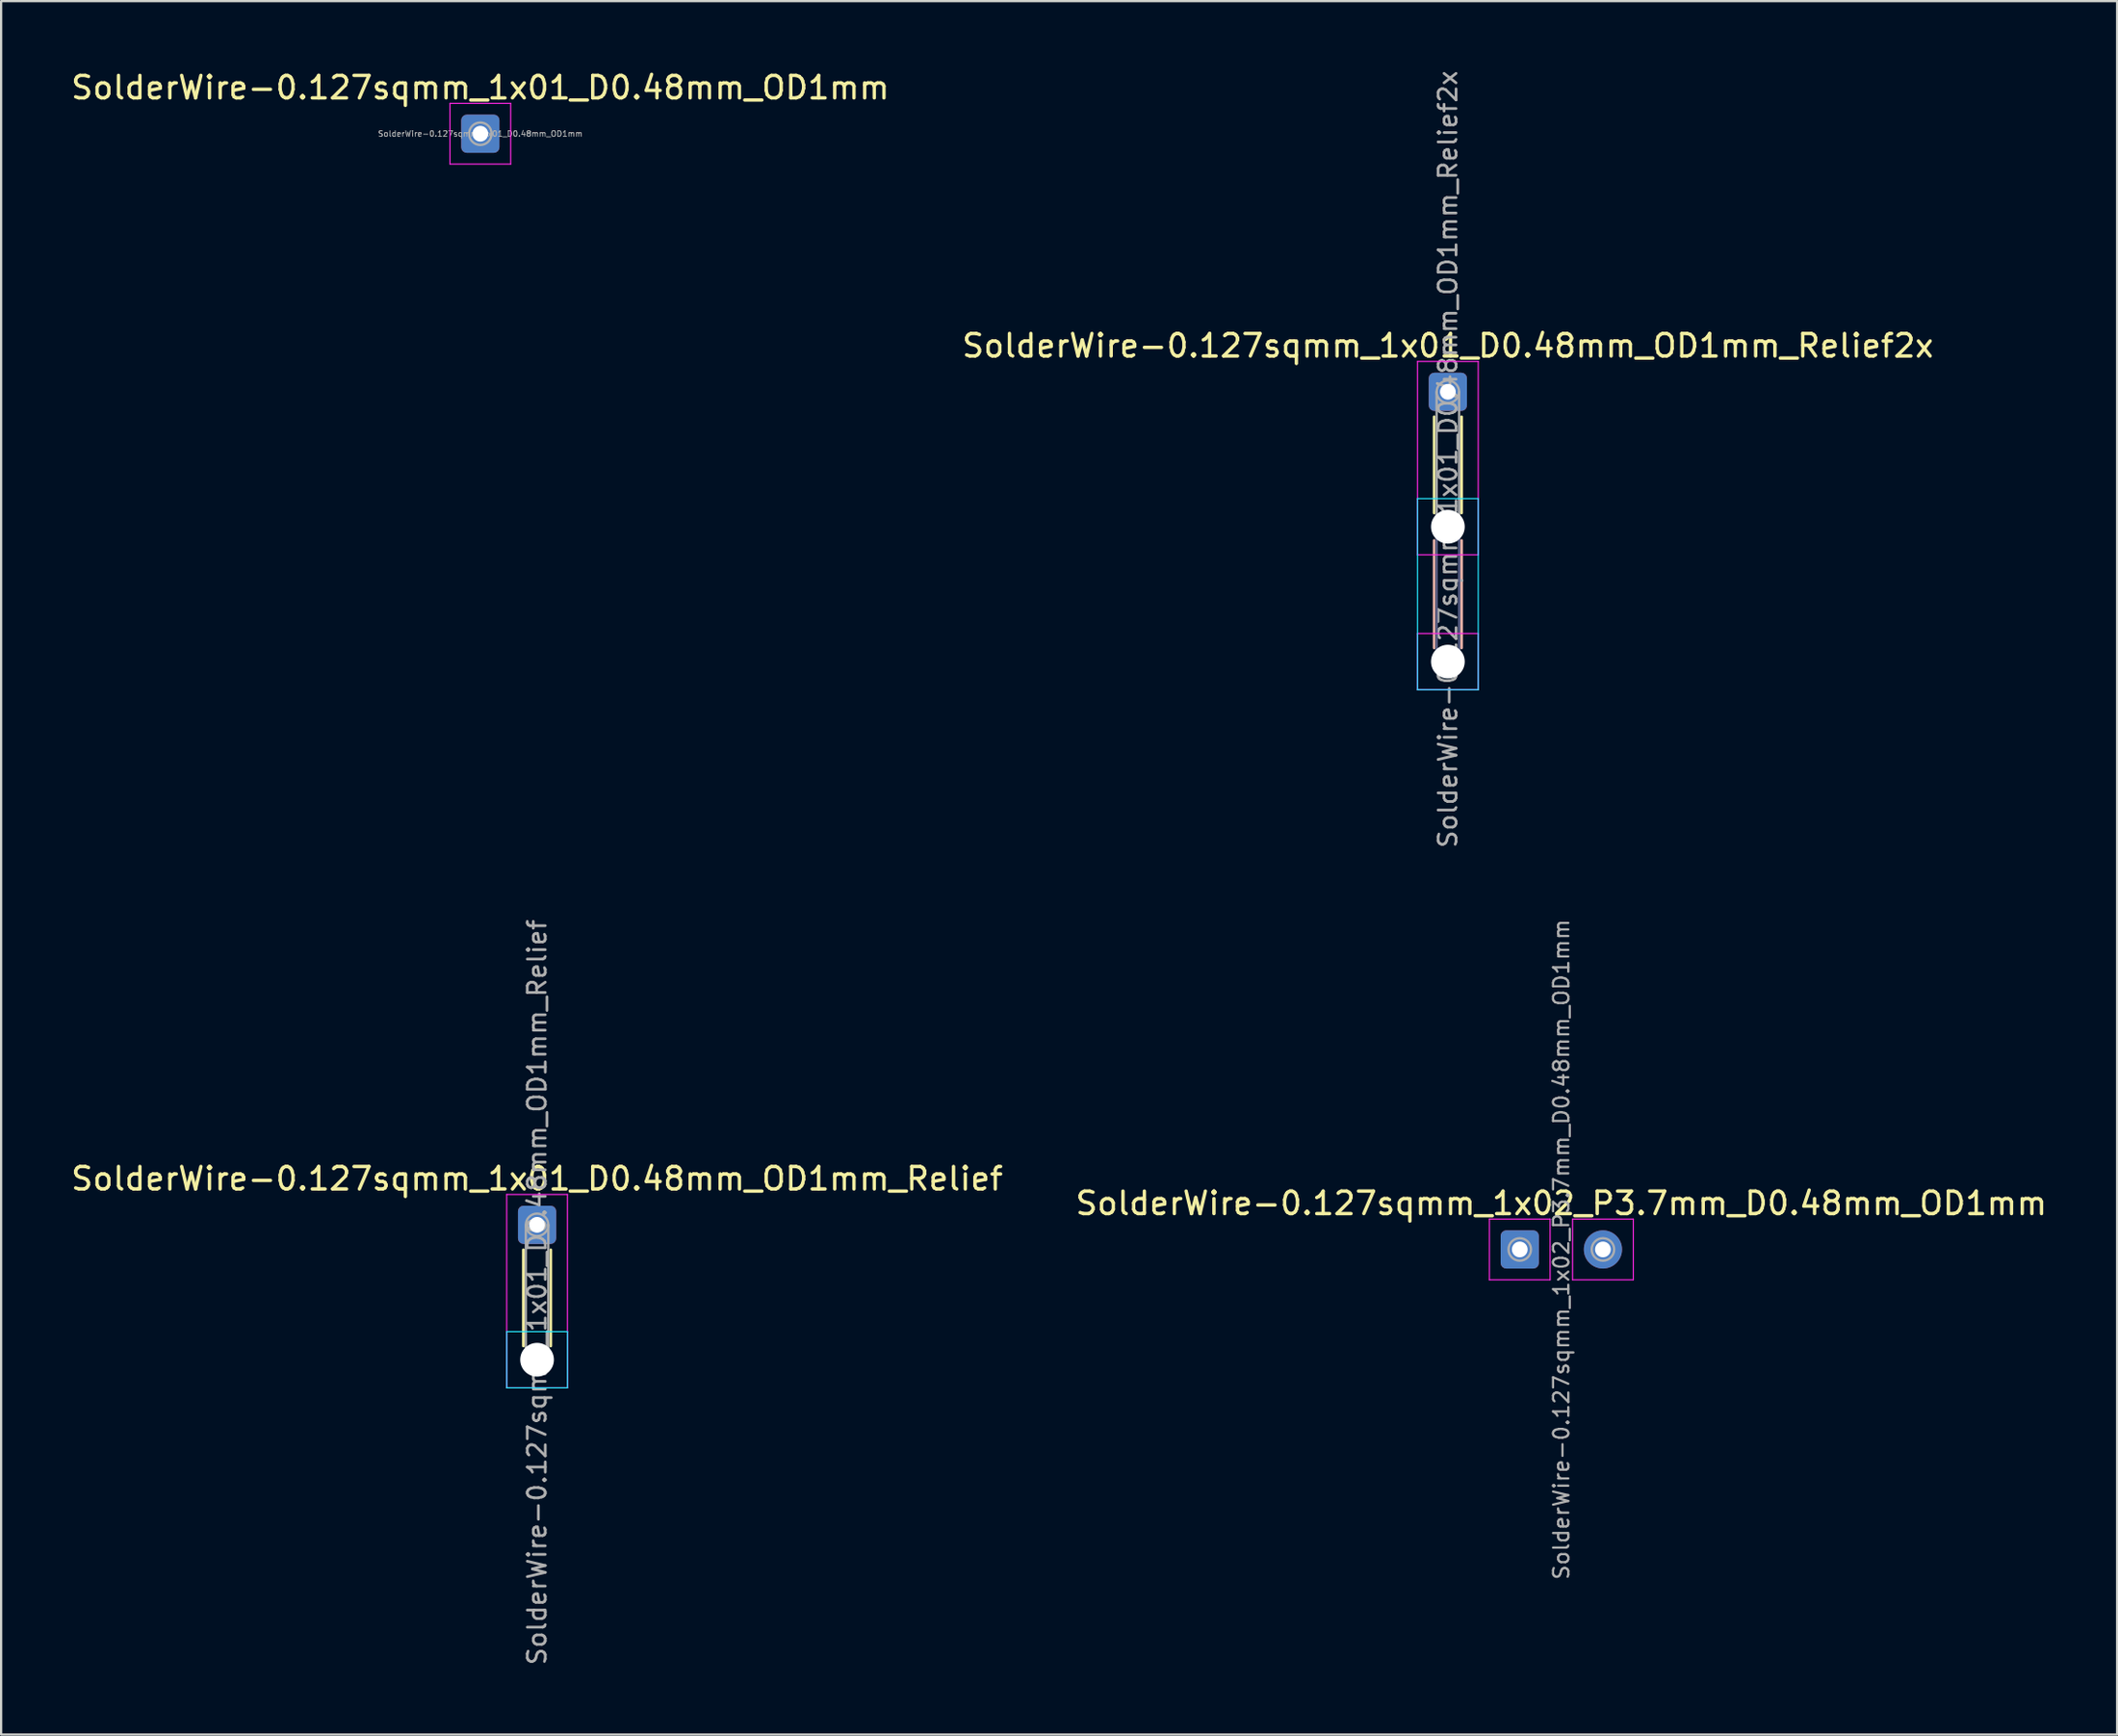
<source format=kicad_pcb>
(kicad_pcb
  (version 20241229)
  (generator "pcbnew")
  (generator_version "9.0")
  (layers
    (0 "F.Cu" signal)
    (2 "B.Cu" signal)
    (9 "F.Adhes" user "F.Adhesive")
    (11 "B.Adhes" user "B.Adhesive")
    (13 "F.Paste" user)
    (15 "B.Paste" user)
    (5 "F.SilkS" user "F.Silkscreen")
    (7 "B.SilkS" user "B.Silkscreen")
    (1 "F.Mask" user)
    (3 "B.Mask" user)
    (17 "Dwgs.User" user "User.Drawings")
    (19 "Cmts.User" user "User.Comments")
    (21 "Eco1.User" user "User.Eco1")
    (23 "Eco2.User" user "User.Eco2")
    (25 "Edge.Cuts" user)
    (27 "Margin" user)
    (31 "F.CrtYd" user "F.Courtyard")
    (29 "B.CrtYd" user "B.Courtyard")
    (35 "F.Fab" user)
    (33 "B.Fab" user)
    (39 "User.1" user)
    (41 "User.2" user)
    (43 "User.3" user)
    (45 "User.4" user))
  (footprint "SolderWire-0.127sqmm_1x02_P3.7mm_D0.48mm_OD1mm"
    (layer "F.Cu")
    (at 64.549 52.519)
    (property "Reference" "SolderWire-0.127sqmm_1x02_P3.7mm_D0.48mm_OD1mm" (at 1.85 -2.05 0) (layer "F.SilkS") (effects (font (size 1 1) (thickness 0.15))))
    (attr exclude_from_pos_files exclude_from_bom)
    (fp_line (start -1.35 -1.35) (end -1.35 1.35) (stroke (width 0.05) (type solid)) (layer "F.CrtYd"))
    (fp_line (start -1.35 1.35) (end 1.35 1.35) (stroke (width 0.05) (type solid)) (layer "F.CrtYd"))
    (fp_line (start 1.35 -1.35) (end -1.35 -1.35) (stroke (width 0.05) (type solid)) (layer "F.CrtYd"))
    (fp_line (start 1.35 1.35) (end 1.35 -1.35) (stroke (width 0.05) (type solid)) (layer "F.CrtYd"))
    (fp_line (start 2.35 -1.35) (end 2.35 1.35) (stroke (width 0.05) (type solid)) (layer "F.CrtYd"))
    (fp_line (start 2.35 1.35) (end 5.05 1.35) (stroke (width 0.05) (type solid)) (layer "F.CrtYd"))
    (fp_line (start 5.05 -1.35) (end 2.35 -1.35) (stroke (width 0.05) (type solid)) (layer "F.CrtYd"))
    (fp_line (start 5.05 1.35) (end 5.05 -1.35) (stroke (width 0.05) (type solid)) (layer "F.CrtYd"))
    (fp_circle (center 0 0) (end 0.5 0) (stroke (width 0.1) (type solid)) (fill no) (layer "F.Fab"))
    (fp_circle (center 3.7 0) (end 4.2 0) (stroke (width 0.1) (type solid)) (fill no) (layer "F.Fab"))
    (fp_text user "${REFERENCE}" (at 1.85 0 90) (layer "F.Fab") (effects (font (size 0.68 0.68) (thickness 0.1))))
    (pad "1" thru_hole roundrect (at 0 0) (size 1.7 1.7) (drill 0.7) (layers "*.Cu" "*.Mask") (roundrect_rratio 0.147))
    (pad "2" thru_hole circle (at 3.7 0) (size 1.7 1.7) (drill 0.7) (layers "*.Cu" "*.Mask")))
  (footprint "SolderWire-0.127sqmm_1x01_D0.48mm_OD1mm_Relief"
    (layer "F.Cu")
    (at 20.839 51.424)
    (property "Reference" "SolderWire-0.127sqmm_1x01_D0.48mm_OD1mm_Relief" (at 0 -2.05 0) (layer "F.SilkS") (effects (font (size 1 1) (thickness 0.15))))
    (attr exclude_from_pos_files exclude_from_bom)
    (fp_line (start -0.61 1.11) (end -0.61 5.39) (stroke (width 0.12) (type solid)) (layer "F.SilkS"))
    (fp_line (start 0.61 1.11) (end 0.61 5.39) (stroke (width 0.12) (type solid)) (layer "F.SilkS"))
    (fp_line (start -1.35 4.75) (end -1.35 7.25) (stroke (width 0.05) (type solid)) (layer "B.CrtYd"))
    (fp_line (start -1.35 7.25) (end 1.35 7.25) (stroke (width 0.05) (type solid)) (layer "B.CrtYd"))
    (fp_line (start 1.35 4.75) (end -1.35 4.75) (stroke (width 0.05) (type solid)) (layer "B.CrtYd"))
    (fp_line (start 1.35 7.25) (end 1.35 4.75) (stroke (width 0.05) (type solid)) (layer "B.CrtYd"))
    (fp_line (start -1.35 -1.35) (end -1.35 7.25) (stroke (width 0.05) (type solid)) (layer "F.CrtYd"))
    (fp_line (start -1.35 7.25) (end 1.35 7.25) (stroke (width 0.05) (type solid)) (layer "F.CrtYd"))
    (fp_line (start 1.35 -1.35) (end -1.35 -1.35) (stroke (width 0.05) (type solid)) (layer "F.CrtYd"))
    (fp_line (start 1.35 7.25) (end 1.35 -1.35) (stroke (width 0.05) (type solid)) (layer "F.CrtYd"))
    (fp_line (start -0.5 0) (end -0.5 6) (stroke (width 0.1) (type solid)) (layer "F.Fab"))
    (fp_line (start 0.5 0) (end 0.5 6) (stroke (width 0.1) (type solid)) (layer "F.Fab"))
    (fp_circle (center 0 0) (end 0.5 0) (stroke (width 0.1) (type solid)) (fill no) (layer "F.Fab"))
    (fp_circle (center 0 6) (end 0.5 6) (stroke (width 0.1) (type solid)) (fill no) (layer "F.Fab"))
    (fp_text user "${REFERENCE}" (at 0 3 90) (layer "F.Fab") (effects (font (size 0.8 0.8) (thickness 0.12))))
    (pad "" np_thru_hole circle (at 0 6) (size 1.5 1.5) (drill 1.5) (layers "*.Cu" "*.Mask"))
    (pad "1" thru_hole roundrect (at 0 0) (size 1.7 1.7) (drill 0.7) (layers "*.Cu" "*.Mask") (roundrect_rratio 0.147)))
  (footprint "SolderWire-0.127sqmm_1x01_D0.48mm_OD1mm_Relief2x"
    (layer "F.Cu")
    (at 61.351 14.376)
    (property "Reference" "SolderWire-0.127sqmm_1x01_D0.48mm_OD1mm_Relief2x" (at 0 -2.05 0) (layer "F.SilkS") (effects (font (size 1 1) (thickness 0.15))))
    (attr exclude_from_pos_files exclude_from_bom)
    (fp_line (start -0.61 1.11) (end -0.61 5.39) (stroke (width 0.12) (type solid)) (layer "F.SilkS"))
    (fp_line (start 0.61 1.11) (end 0.61 5.39) (stroke (width 0.12) (type solid)) (layer "F.SilkS"))
    (fp_line (start -0.61 6.61) (end -0.61 11.39) (stroke (width 0.12) (type solid)) (layer "B.SilkS"))
    (fp_line (start 0.61 6.61) (end 0.61 11.39) (stroke (width 0.12) (type solid)) (layer "B.SilkS"))
    (fp_line (start -1.35 4.75) (end -1.35 13.25) (stroke (width 0.05) (type solid)) (layer "B.CrtYd"))
    (fp_line (start -1.35 13.25) (end 1.35 13.25) (stroke (width 0.05) (type solid)) (layer "B.CrtYd"))
    (fp_line (start 1.35 4.75) (end -1.35 4.75) (stroke (width 0.05) (type solid)) (layer "B.CrtYd"))
    (fp_line (start 1.35 13.25) (end 1.35 4.75) (stroke (width 0.05) (type solid)) (layer "B.CrtYd"))
    (fp_line (start -1.35 -1.35) (end -1.35 7.25) (stroke (width 0.05) (type solid)) (layer "F.CrtYd"))
    (fp_line (start -1.35 7.25) (end 1.35 7.25) (stroke (width 0.05) (type solid)) (layer "F.CrtYd"))
    (fp_line (start -1.35 10.75) (end -1.35 13.25) (stroke (width 0.05) (type solid)) (layer "F.CrtYd"))
    (fp_line (start -1.35 13.25) (end 1.35 13.25) (stroke (width 0.05) (type solid)) (layer "F.CrtYd"))
    (fp_line (start 1.35 -1.35) (end -1.35 -1.35) (stroke (width 0.05) (type solid)) (layer "F.CrtYd"))
    (fp_line (start 1.35 7.25) (end 1.35 -1.35) (stroke (width 0.05) (type solid)) (layer "F.CrtYd"))
    (fp_line (start 1.35 10.75) (end -1.35 10.75) (stroke (width 0.05) (type solid)) (layer "F.CrtYd"))
    (fp_line (start 1.35 13.25) (end 1.35 10.75) (stroke (width 0.05) (type solid)) (layer "F.CrtYd"))
    (fp_line (start -0.5 6) (end -0.5 12) (stroke (width 0.1) (type solid)) (layer "B.Fab"))
    (fp_line (start 0.5 6) (end 0.5 12) (stroke (width 0.1) (type solid)) (layer "B.Fab"))
    (fp_circle (center 0 6) (end 0.5 6) (stroke (width 0.1) (type solid)) (fill no) (layer "B.Fab"))
    (fp_circle (center 0 12) (end 0.5 12) (stroke (width 0.1) (type solid)) (fill no) (layer "B.Fab"))
    (fp_line (start -0.5 0) (end -0.5 6) (stroke (width 0.1) (type solid)) (layer "F.Fab"))
    (fp_line (start 0.5 0) (end 0.5 6) (stroke (width 0.1) (type solid)) (layer "F.Fab"))
    (fp_circle (center 0 0) (end 0.5 0) (stroke (width 0.1) (type solid)) (fill no) (layer "F.Fab"))
    (fp_circle (center 0 6) (end 0.5 6) (stroke (width 0.1) (type solid)) (fill no) (layer "F.Fab"))
    (fp_circle (center 0 12) (end 0.5 12) (stroke (width 0.1) (type solid)) (fill no) (layer "F.Fab"))
    (fp_text user "${REFERENCE}" (at 0 3 90) (layer "F.Fab") (effects (font (size 0.8 0.8) (thickness 0.12))))
    (pad "" np_thru_hole circle (at 0 6) (size 1.5 1.5) (drill 1.5) (layers "*.Cu" "*.Mask"))
    (pad "" np_thru_hole circle (at 0 12) (size 1.5 1.5) (drill 1.5) (layers "*.Cu" "*.Mask"))
    (pad "1" thru_hole roundrect (at 0 0) (size 1.7 1.7) (drill 0.7) (layers "*.Cu" "*.Mask") (roundrect_rratio 0.147)))
  (footprint "SolderWire-0.127sqmm_1x01_D0.48mm_OD1mm"
    (layer "F.Cu")
    (at 18.315 2.898)
    (property "Reference" "SolderWire-0.127sqmm_1x01_D0.48mm_OD1mm" (at 0 -2.05 0) (layer "F.SilkS") (effects (font (size 1 1) (thickness 0.15))))
    (attr exclude_from_pos_files exclude_from_bom)
    (fp_line (start -1.35 -1.35) (end -1.35 1.35) (stroke (width 0.05) (type solid)) (layer "F.CrtYd"))
    (fp_line (start -1.35 1.35) (end 1.35 1.35) (stroke (width 0.05) (type solid)) (layer "F.CrtYd"))
    (fp_line (start 1.35 -1.35) (end -1.35 -1.35) (stroke (width 0.05) (type solid)) (layer "F.CrtYd"))
    (fp_line (start 1.35 1.35) (end 1.35 -1.35) (stroke (width 0.05) (type solid)) (layer "F.CrtYd"))
    (fp_circle (center 0 0) (end 0.5 0) (stroke (width 0.1) (type solid)) (fill no) (layer "F.Fab"))
    (fp_text user "${REFERENCE}" (at 0 0 0) (layer "F.Fab") (effects (font (size 0.25 0.25) (thickness 0.04))))
    (pad "1" thru_hole roundrect (at 0 0) (size 1.7 1.7) (drill 0.7) (layers "*.Cu" "*.Mask") (roundrect_rratio 0.147)))
  (gr_rect
    (start -3 -3)
    (end 91.119 74.095)
    (stroke (width 0.1) (type default))
    (fill no)
    (layer "Edge.Cuts")))
</source>
